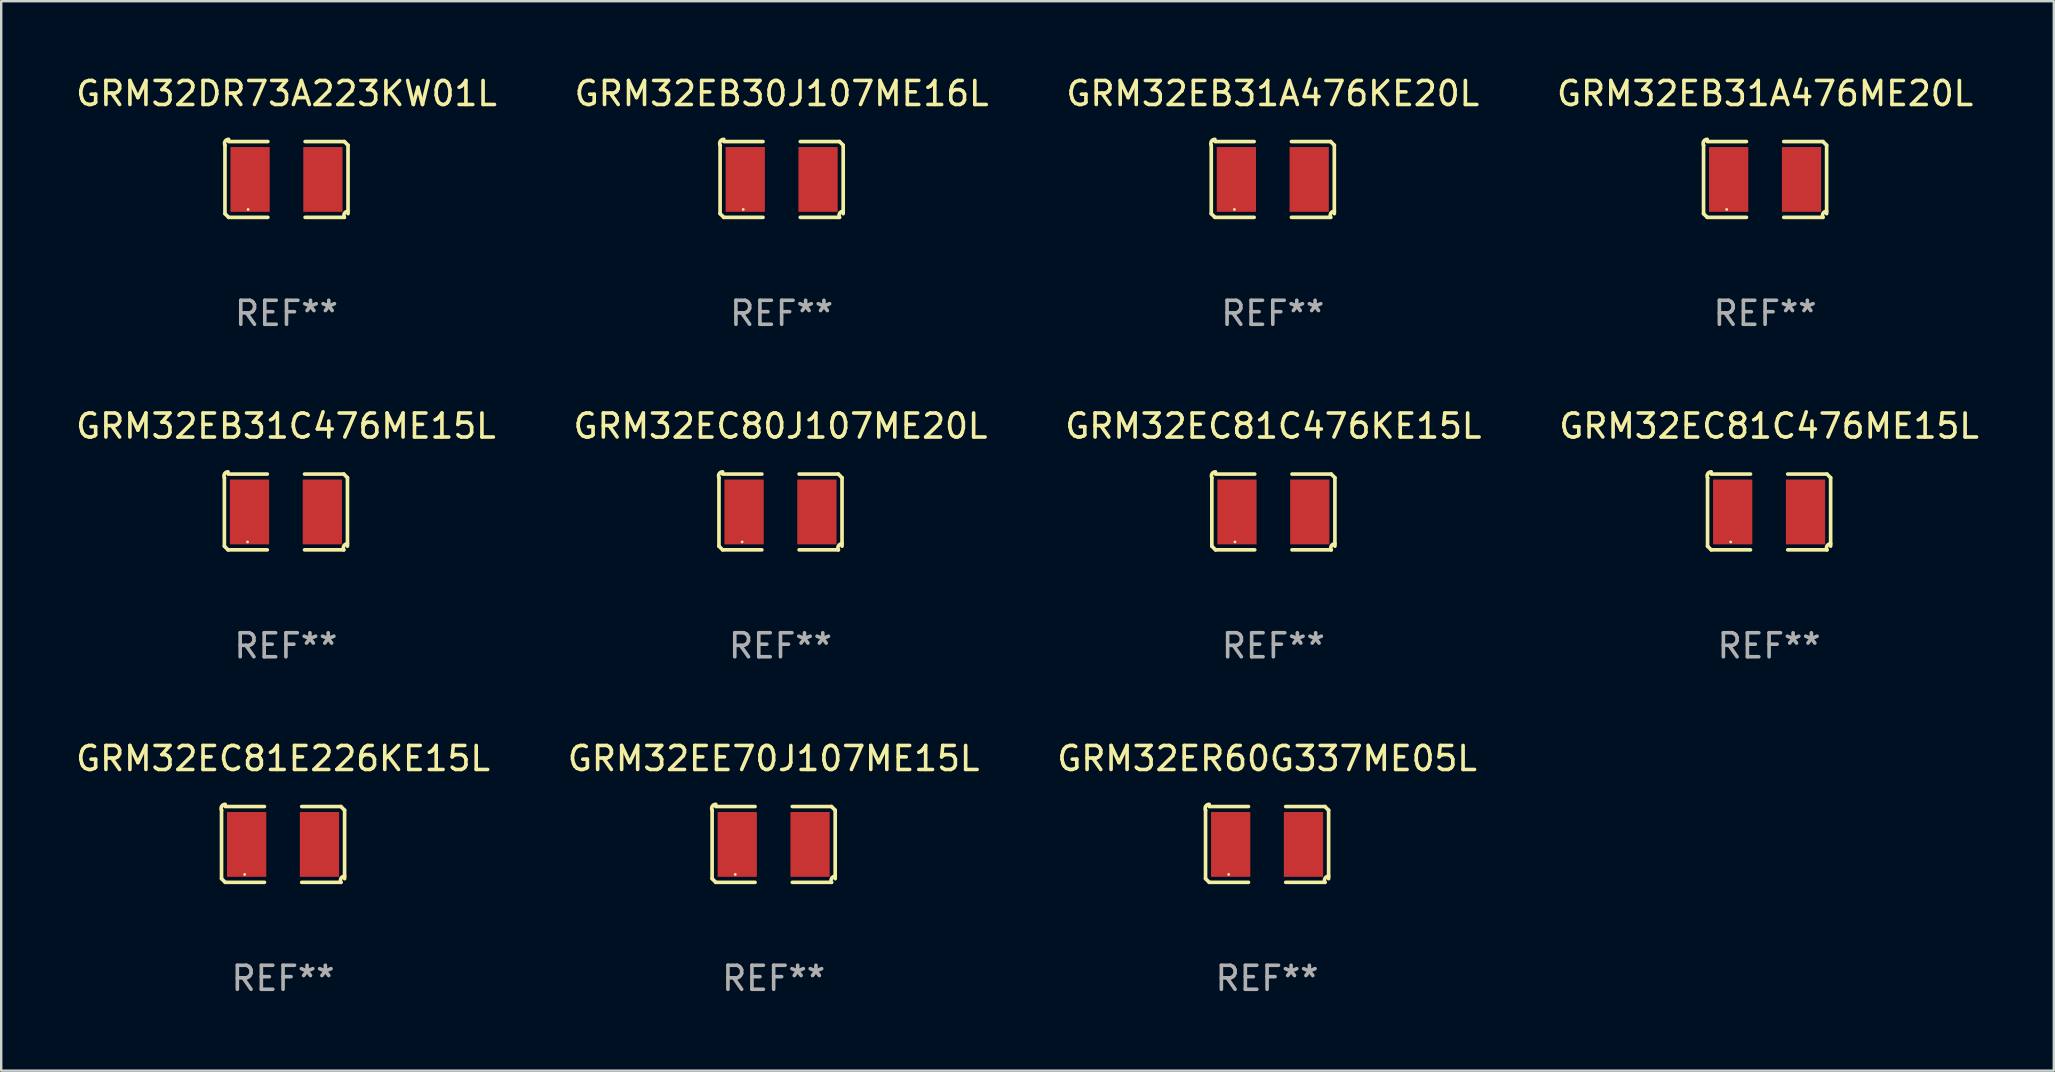
<source format=kicad_pcb>
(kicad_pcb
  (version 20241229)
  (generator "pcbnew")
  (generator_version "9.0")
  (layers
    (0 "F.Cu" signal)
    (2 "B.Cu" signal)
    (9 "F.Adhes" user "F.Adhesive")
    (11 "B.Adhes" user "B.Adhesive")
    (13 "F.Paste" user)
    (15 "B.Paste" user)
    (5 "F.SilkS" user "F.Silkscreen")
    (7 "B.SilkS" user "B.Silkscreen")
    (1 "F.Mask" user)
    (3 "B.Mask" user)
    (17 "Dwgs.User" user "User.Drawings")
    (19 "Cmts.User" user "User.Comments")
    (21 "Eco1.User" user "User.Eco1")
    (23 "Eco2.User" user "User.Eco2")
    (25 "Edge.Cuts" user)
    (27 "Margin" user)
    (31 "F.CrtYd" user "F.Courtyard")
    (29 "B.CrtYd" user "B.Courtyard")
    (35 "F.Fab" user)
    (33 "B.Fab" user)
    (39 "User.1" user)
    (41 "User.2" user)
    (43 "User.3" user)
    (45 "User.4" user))
  (footprint "GRM32EE70J107ME15L"
    (layer "F.Cu")
    (at 29.185 32.134)
    (property "Reference" "GRM32EE70J107ME15L" (at 0 -3.579 0) (layer "F.SilkS") (effects (font (size 1 1) (thickness 0.15))))
    (attr through_hole)
    (fp_line (start -2.564 1.426) (end -2.564 -1.426) (stroke (width 0.152) (type solid)) (layer "F.SilkS"))
    (fp_line (start -2.411 -1.579) (end -0.776 -1.579) (stroke (width 0.152) (type solid)) (layer "F.SilkS"))
    (fp_line (start -0.776 1.579) (end -2.411 1.579) (stroke (width 0.152) (type solid)) (layer "F.SilkS"))
    (fp_line (start 0.776 1.579) (end 2.411 1.579) (stroke (width 0.152) (type solid)) (layer "F.SilkS"))
    (fp_line (start 2.411 -1.579) (end 0.776 -1.579) (stroke (width 0.152) (type solid)) (layer "F.SilkS"))
    (fp_line (start 2.564 1.426) (end 2.564 -1.426) (stroke (width 0.152) (type solid)) (layer "F.SilkS"))
    (fp_arc (start -2.563602 -1.426213) (mid -2.555597 -1.591233) (end -2.411201 -1.671518) (stroke (width 0.1524) (type solid)) (layer "F.SilkS"))
    (fp_arc (start -2.5636 1.426214) (mid -2.487389 1.502402) (end -2.411201 1.578613) (stroke (width 0.1524) (type solid)) (layer "F.SilkS"))
    (fp_arc (start 2.411197 -1.578618) (mid 2.487403 -1.502419) (end 2.563602 -1.426213) (stroke (width 0.1524) (type solid)) (layer "F.SilkS"))
    (fp_arc (start 2.411201 1.578613) (mid 2.416214 1.409455) (end 2.563602 1.32629) (stroke (width 0.1524) (type solid)) (layer "F.SilkS"))
    (fp_circle (center -1.6 1.25) (end -1.57 1.25) (stroke (width 0.06) (type solid)) (fill no) (layer "F.SilkS"))
    (fp_text user "REF**" (at 0 5.579 0) (layer "F.Fab") (effects (font (size 1 1) (thickness 0.15))))
    (pad "1" smd rect (at -1.517 0) (size 1.635 2.7) (layers "F.Cu" "F.Mask" "F.Paste"))
    (pad "2" smd rect (at 1.517 0) (size 1.635 2.7) (layers "F.Cu" "F.Mask" "F.Paste")))
  (footprint "GRM32EB31A476KE20L"
    (layer "F.Cu")
    (at 49.982 4.427)
    (property "Reference" "GRM32EB31A476KE20L" (at 0 -3.579 0) (layer "F.SilkS") (effects (font (size 1 1) (thickness 0.15))))
    (attr through_hole)
    (fp_line (start -2.564 1.426) (end -2.564 -1.426) (stroke (width 0.152) (type solid)) (layer "F.SilkS"))
    (fp_line (start -2.411 -1.579) (end -0.776 -1.579) (stroke (width 0.152) (type solid)) (layer "F.SilkS"))
    (fp_line (start -0.776 1.579) (end -2.411 1.579) (stroke (width 0.152) (type solid)) (layer "F.SilkS"))
    (fp_line (start 0.776 1.579) (end 2.411 1.579) (stroke (width 0.152) (type solid)) (layer "F.SilkS"))
    (fp_line (start 2.411 -1.579) (end 0.776 -1.579) (stroke (width 0.152) (type solid)) (layer "F.SilkS"))
    (fp_line (start 2.564 1.426) (end 2.564 -1.426) (stroke (width 0.152) (type solid)) (layer "F.SilkS"))
    (fp_arc (start -2.563602 -1.426213) (mid -2.555597 -1.591233) (end -2.411201 -1.671518) (stroke (width 0.1524) (type solid)) (layer "F.SilkS"))
    (fp_arc (start -2.5636 1.426214) (mid -2.487389 1.502402) (end -2.411201 1.578613) (stroke (width 0.1524) (type solid)) (layer "F.SilkS"))
    (fp_arc (start 2.411197 -1.578618) (mid 2.487403 -1.502419) (end 2.563602 -1.426213) (stroke (width 0.1524) (type solid)) (layer "F.SilkS"))
    (fp_arc (start 2.411201 1.578613) (mid 2.416214 1.409455) (end 2.563602 1.32629) (stroke (width 0.1524) (type solid)) (layer "F.SilkS"))
    (fp_circle (center -1.6 1.25) (end -1.57 1.25) (stroke (width 0.06) (type solid)) (fill no) (layer "F.SilkS"))
    (fp_text user "REF**" (at 0 5.579 0) (layer "F.Fab") (effects (font (size 1 1) (thickness 0.15))))
    (pad "1" smd rect (at -1.517 0) (size 1.635 2.7) (layers "F.Cu" "F.Mask" "F.Paste"))
    (pad "2" smd rect (at 1.517 0) (size 1.635 2.7) (layers "F.Cu" "F.Mask" "F.Paste")))
  (footprint "GRM32EC81C476KE15L"
    (layer "F.Cu")
    (at 50.006 18.281)
    (property "Reference" "GRM32EC81C476KE15L" (at 0 -3.579 0) (layer "F.SilkS") (effects (font (size 1 1) (thickness 0.15))))
    (attr through_hole)
    (fp_line (start -2.564 1.426) (end -2.564 -1.426) (stroke (width 0.152) (type solid)) (layer "F.SilkS"))
    (fp_line (start -2.411 -1.579) (end -0.776 -1.579) (stroke (width 0.152) (type solid)) (layer "F.SilkS"))
    (fp_line (start -0.776 1.579) (end -2.411 1.579) (stroke (width 0.152) (type solid)) (layer "F.SilkS"))
    (fp_line (start 0.776 1.579) (end 2.411 1.579) (stroke (width 0.152) (type solid)) (layer "F.SilkS"))
    (fp_line (start 2.411 -1.579) (end 0.776 -1.579) (stroke (width 0.152) (type solid)) (layer "F.SilkS"))
    (fp_line (start 2.564 1.426) (end 2.564 -1.426) (stroke (width 0.152) (type solid)) (layer "F.SilkS"))
    (fp_arc (start -2.563602 -1.426213) (mid -2.555597 -1.591233) (end -2.411201 -1.671518) (stroke (width 0.1524) (type solid)) (layer "F.SilkS"))
    (fp_arc (start -2.5636 1.426214) (mid -2.487389 1.502402) (end -2.411201 1.578613) (stroke (width 0.1524) (type solid)) (layer "F.SilkS"))
    (fp_arc (start 2.411197 -1.578618) (mid 2.487403 -1.502419) (end 2.563602 -1.426213) (stroke (width 0.1524) (type solid)) (layer "F.SilkS"))
    (fp_arc (start 2.411201 1.578613) (mid 2.416214 1.409455) (end 2.563602 1.32629) (stroke (width 0.1524) (type solid)) (layer "F.SilkS"))
    (fp_circle (center -1.6 1.25) (end -1.57 1.25) (stroke (width 0.06) (type solid)) (fill no) (layer "F.SilkS"))
    (fp_text user "REF**" (at 0 5.579 0) (layer "F.Fab") (effects (font (size 1 1) (thickness 0.15))))
    (pad "1" smd rect (at -1.517 0) (size 1.635 2.7) (layers "F.Cu" "F.Mask" "F.Paste"))
    (pad "2" smd rect (at 1.517 0) (size 1.635 2.7) (layers "F.Cu" "F.Mask" "F.Paste")))
  (footprint "GRM32EC80J107ME20L"
    (layer "F.Cu")
    (at 29.47 18.281)
    (property "Reference" "GRM32EC80J107ME20L" (at 0 -3.579 0) (layer "F.SilkS") (effects (font (size 1 1) (thickness 0.15))))
    (attr through_hole)
    (fp_line (start -2.564 1.426) (end -2.564 -1.426) (stroke (width 0.152) (type solid)) (layer "F.SilkS"))
    (fp_line (start -2.411 -1.579) (end -0.776 -1.579) (stroke (width 0.152) (type solid)) (layer "F.SilkS"))
    (fp_line (start -0.776 1.579) (end -2.411 1.579) (stroke (width 0.152) (type solid)) (layer "F.SilkS"))
    (fp_line (start 0.776 1.579) (end 2.411 1.579) (stroke (width 0.152) (type solid)) (layer "F.SilkS"))
    (fp_line (start 2.411 -1.579) (end 0.776 -1.579) (stroke (width 0.152) (type solid)) (layer "F.SilkS"))
    (fp_line (start 2.564 1.426) (end 2.564 -1.426) (stroke (width 0.152) (type solid)) (layer "F.SilkS"))
    (fp_arc (start -2.563602 -1.426213) (mid -2.555597 -1.591233) (end -2.411201 -1.671518) (stroke (width 0.1524) (type solid)) (layer "F.SilkS"))
    (fp_arc (start -2.5636 1.426214) (mid -2.487389 1.502402) (end -2.411201 1.578613) (stroke (width 0.1524) (type solid)) (layer "F.SilkS"))
    (fp_arc (start 2.411197 -1.578618) (mid 2.487403 -1.502419) (end 2.563602 -1.426213) (stroke (width 0.1524) (type solid)) (layer "F.SilkS"))
    (fp_arc (start 2.411201 1.578613) (mid 2.416214 1.409455) (end 2.563602 1.32629) (stroke (width 0.1524) (type solid)) (layer "F.SilkS"))
    (fp_circle (center -1.6 1.25) (end -1.57 1.25) (stroke (width 0.06) (type solid)) (fill no) (layer "F.SilkS"))
    (fp_text user "REF**" (at 0 5.579 0) (layer "F.Fab") (effects (font (size 1 1) (thickness 0.15))))
    (pad "1" smd rect (at -1.517 0) (size 1.635 2.7) (layers "F.Cu" "F.Mask" "F.Paste"))
    (pad "2" smd rect (at 1.517 0) (size 1.635 2.7) (layers "F.Cu" "F.Mask" "F.Paste")))
  (footprint "GRM32DR73A223KW01L"
    (layer "F.Cu")
    (at 8.887 4.427)
    (property "Reference" "GRM32DR73A223KW01L" (at 0 -3.579 0) (layer "F.SilkS") (effects (font (size 1 1) (thickness 0.15))))
    (attr through_hole)
    (fp_line (start -2.564 1.426) (end -2.564 -1.426) (stroke (width 0.152) (type solid)) (layer "F.SilkS"))
    (fp_line (start -2.411 -1.579) (end -0.776 -1.579) (stroke (width 0.152) (type solid)) (layer "F.SilkS"))
    (fp_line (start -0.776 1.579) (end -2.411 1.579) (stroke (width 0.152) (type solid)) (layer "F.SilkS"))
    (fp_line (start 0.776 1.579) (end 2.411 1.579) (stroke (width 0.152) (type solid)) (layer "F.SilkS"))
    (fp_line (start 2.411 -1.579) (end 0.776 -1.579) (stroke (width 0.152) (type solid)) (layer "F.SilkS"))
    (fp_line (start 2.564 1.426) (end 2.564 -1.426) (stroke (width 0.152) (type solid)) (layer "F.SilkS"))
    (fp_arc (start -2.563602 -1.426213) (mid -2.555597 -1.591233) (end -2.411201 -1.671518) (stroke (width 0.1524) (type solid)) (layer "F.SilkS"))
    (fp_arc (start -2.5636 1.426214) (mid -2.487389 1.502402) (end -2.411201 1.578613) (stroke (width 0.1524) (type solid)) (layer "F.SilkS"))
    (fp_arc (start 2.411197 -1.578618) (mid 2.487403 -1.502419) (end 2.563602 -1.426213) (stroke (width 0.1524) (type solid)) (layer "F.SilkS"))
    (fp_arc (start 2.411201 1.578613) (mid 2.416214 1.409455) (end 2.563602 1.32629) (stroke (width 0.1524) (type solid)) (layer "F.SilkS"))
    (fp_circle (center -1.6 1.25) (end -1.57 1.25) (stroke (width 0.06) (type solid)) (fill no) (layer "F.SilkS"))
    (fp_text user "REF**" (at 0 5.579 0) (layer "F.Fab") (effects (font (size 1 1) (thickness 0.15))))
    (pad "1" smd rect (at -1.517 0) (size 1.635 2.7) (layers "F.Cu" "F.Mask" "F.Paste"))
    (pad "2" smd rect (at 1.517 0) (size 1.635 2.7) (layers "F.Cu" "F.Mask" "F.Paste")))
  (footprint "GRM32ER60G337ME05L"
    (layer "F.Cu")
    (at 49.744 32.134)
    (property "Reference" "GRM32ER60G337ME05L" (at 0 -3.579 0) (layer "F.SilkS") (effects (font (size 1 1) (thickness 0.15))))
    (attr through_hole)
    (fp_line (start -2.564 1.426) (end -2.564 -1.426) (stroke (width 0.152) (type solid)) (layer "F.SilkS"))
    (fp_line (start -2.411 -1.579) (end -0.776 -1.579) (stroke (width 0.152) (type solid)) (layer "F.SilkS"))
    (fp_line (start -0.776 1.579) (end -2.411 1.579) (stroke (width 0.152) (type solid)) (layer "F.SilkS"))
    (fp_line (start 0.776 1.579) (end 2.411 1.579) (stroke (width 0.152) (type solid)) (layer "F.SilkS"))
    (fp_line (start 2.411 -1.579) (end 0.776 -1.579) (stroke (width 0.152) (type solid)) (layer "F.SilkS"))
    (fp_line (start 2.564 1.426) (end 2.564 -1.426) (stroke (width 0.152) (type solid)) (layer "F.SilkS"))
    (fp_arc (start -2.563602 -1.426213) (mid -2.555597 -1.591233) (end -2.411201 -1.671518) (stroke (width 0.1524) (type solid)) (layer "F.SilkS"))
    (fp_arc (start -2.5636 1.426214) (mid -2.487389 1.502402) (end -2.411201 1.578613) (stroke (width 0.1524) (type solid)) (layer "F.SilkS"))
    (fp_arc (start 2.411197 -1.578618) (mid 2.487403 -1.502419) (end 2.563602 -1.426213) (stroke (width 0.1524) (type solid)) (layer "F.SilkS"))
    (fp_arc (start 2.411201 1.578613) (mid 2.416214 1.409455) (end 2.563602 1.32629) (stroke (width 0.1524) (type solid)) (layer "F.SilkS"))
    (fp_circle (center -1.6 1.25) (end -1.57 1.25) (stroke (width 0.06) (type solid)) (fill no) (layer "F.SilkS"))
    (fp_text user "REF**" (at 0 5.579 0) (layer "F.Fab") (effects (font (size 1 1) (thickness 0.15))))
    (pad "1" smd rect (at -1.517 0) (size 1.635 2.7) (layers "F.Cu" "F.Mask" "F.Paste"))
    (pad "2" smd rect (at 1.517 0) (size 1.635 2.7) (layers "F.Cu" "F.Mask" "F.Paste")))
  (footprint "GRM32EB30J107ME16L"
    (layer "F.Cu")
    (at 29.518 4.427)
    (property "Reference" "GRM32EB30J107ME16L" (at 0 -3.579 0) (layer "F.SilkS") (effects (font (size 1 1) (thickness 0.15))))
    (attr through_hole)
    (fp_line (start -2.564 1.426) (end -2.564 -1.426) (stroke (width 0.152) (type solid)) (layer "F.SilkS"))
    (fp_line (start -2.411 -1.579) (end -0.776 -1.579) (stroke (width 0.152) (type solid)) (layer "F.SilkS"))
    (fp_line (start -0.776 1.579) (end -2.411 1.579) (stroke (width 0.152) (type solid)) (layer "F.SilkS"))
    (fp_line (start 0.776 1.579) (end 2.411 1.579) (stroke (width 0.152) (type solid)) (layer "F.SilkS"))
    (fp_line (start 2.411 -1.579) (end 0.776 -1.579) (stroke (width 0.152) (type solid)) (layer "F.SilkS"))
    (fp_line (start 2.564 1.426) (end 2.564 -1.426) (stroke (width 0.152) (type solid)) (layer "F.SilkS"))
    (fp_arc (start -2.563602 -1.426213) (mid -2.555597 -1.591233) (end -2.411201 -1.671518) (stroke (width 0.1524) (type solid)) (layer "F.SilkS"))
    (fp_arc (start -2.5636 1.426214) (mid -2.487389 1.502402) (end -2.411201 1.578613) (stroke (width 0.1524) (type solid)) (layer "F.SilkS"))
    (fp_arc (start 2.411197 -1.578618) (mid 2.487403 -1.502419) (end 2.563602 -1.426213) (stroke (width 0.1524) (type solid)) (layer "F.SilkS"))
    (fp_arc (start 2.411201 1.578613) (mid 2.416214 1.409455) (end 2.563602 1.32629) (stroke (width 0.1524) (type solid)) (layer "F.SilkS"))
    (fp_circle (center -1.6 1.25) (end -1.57 1.25) (stroke (width 0.06) (type solid)) (fill no) (layer "F.SilkS"))
    (fp_text user "REF**" (at 0 5.579 0) (layer "F.Fab") (effects (font (size 1 1) (thickness 0.15))))
    (pad "1" smd rect (at -1.517 0) (size 1.635 2.7) (layers "F.Cu" "F.Mask" "F.Paste"))
    (pad "2" smd rect (at 1.517 0) (size 1.635 2.7) (layers "F.Cu" "F.Mask" "F.Paste")))
  (footprint "GRM32EB31C476ME15L"
    (layer "F.Cu")
    (at 8.863 18.281)
    (property "Reference" "GRM32EB31C476ME15L" (at 0 -3.579 0) (layer "F.SilkS") (effects (font (size 1 1) (thickness 0.15))))
    (attr through_hole)
    (fp_line (start -2.564 1.426) (end -2.564 -1.426) (stroke (width 0.152) (type solid)) (layer "F.SilkS"))
    (fp_line (start -2.411 -1.579) (end -0.776 -1.579) (stroke (width 0.152) (type solid)) (layer "F.SilkS"))
    (fp_line (start -0.776 1.579) (end -2.411 1.579) (stroke (width 0.152) (type solid)) (layer "F.SilkS"))
    (fp_line (start 0.776 1.579) (end 2.411 1.579) (stroke (width 0.152) (type solid)) (layer "F.SilkS"))
    (fp_line (start 2.411 -1.579) (end 0.776 -1.579) (stroke (width 0.152) (type solid)) (layer "F.SilkS"))
    (fp_line (start 2.564 1.426) (end 2.564 -1.426) (stroke (width 0.152) (type solid)) (layer "F.SilkS"))
    (fp_arc (start -2.563602 -1.426213) (mid -2.555597 -1.591233) (end -2.411201 -1.671518) (stroke (width 0.1524) (type solid)) (layer "F.SilkS"))
    (fp_arc (start -2.5636 1.426214) (mid -2.487389 1.502402) (end -2.411201 1.578613) (stroke (width 0.1524) (type solid)) (layer "F.SilkS"))
    (fp_arc (start 2.411197 -1.578618) (mid 2.487403 -1.502419) (end 2.563602 -1.426213) (stroke (width 0.1524) (type solid)) (layer "F.SilkS"))
    (fp_arc (start 2.411201 1.578613) (mid 2.416214 1.409455) (end 2.563602 1.32629) (stroke (width 0.1524) (type solid)) (layer "F.SilkS"))
    (fp_circle (center -1.6 1.25) (end -1.57 1.25) (stroke (width 0.06) (type solid)) (fill no) (layer "F.SilkS"))
    (fp_text user "REF**" (at 0 5.579 0) (layer "F.Fab") (effects (font (size 1 1) (thickness 0.15))))
    (pad "1" smd rect (at -1.517 0) (size 1.635 2.7) (layers "F.Cu" "F.Mask" "F.Paste"))
    (pad "2" smd rect (at 1.517 0) (size 1.635 2.7) (layers "F.Cu" "F.Mask" "F.Paste")))
  (footprint "GRM32EC81E226KE15L"
    (layer "F.Cu")
    (at 8.744 32.134)
    (property "Reference" "GRM32EC81E226KE15L" (at 0 -3.579 0) (layer "F.SilkS") (effects (font (size 1 1) (thickness 0.15))))
    (attr through_hole)
    (fp_line (start -2.564 1.426) (end -2.564 -1.426) (stroke (width 0.152) (type solid)) (layer "F.SilkS"))
    (fp_line (start -2.411 -1.579) (end -0.776 -1.579) (stroke (width 0.152) (type solid)) (layer "F.SilkS"))
    (fp_line (start -0.776 1.579) (end -2.411 1.579) (stroke (width 0.152) (type solid)) (layer "F.SilkS"))
    (fp_line (start 0.776 1.579) (end 2.411 1.579) (stroke (width 0.152) (type solid)) (layer "F.SilkS"))
    (fp_line (start 2.411 -1.579) (end 0.776 -1.579) (stroke (width 0.152) (type solid)) (layer "F.SilkS"))
    (fp_line (start 2.564 1.426) (end 2.564 -1.426) (stroke (width 0.152) (type solid)) (layer "F.SilkS"))
    (fp_arc (start -2.563602 -1.426213) (mid -2.555597 -1.591233) (end -2.411201 -1.671518) (stroke (width 0.1524) (type solid)) (layer "F.SilkS"))
    (fp_arc (start -2.5636 1.426214) (mid -2.487389 1.502402) (end -2.411201 1.578613) (stroke (width 0.1524) (type solid)) (layer "F.SilkS"))
    (fp_arc (start 2.411197 -1.578618) (mid 2.487403 -1.502419) (end 2.563602 -1.426213) (stroke (width 0.1524) (type solid)) (layer "F.SilkS"))
    (fp_arc (start 2.411201 1.578613) (mid 2.416214 1.409455) (end 2.563602 1.32629) (stroke (width 0.1524) (type solid)) (layer "F.SilkS"))
    (fp_circle (center -1.6 1.25) (end -1.57 1.25) (stroke (width 0.06) (type solid)) (fill no) (layer "F.SilkS"))
    (fp_text user "REF**" (at 0 5.579 0) (layer "F.Fab") (effects (font (size 1 1) (thickness 0.15))))
    (pad "1" smd rect (at -1.517 0) (size 1.635 2.7) (layers "F.Cu" "F.Mask" "F.Paste"))
    (pad "2" smd rect (at 1.517 0) (size 1.635 2.7) (layers "F.Cu" "F.Mask" "F.Paste")))
  (footprint "GRM32EB31A476ME20L"
    (layer "F.Cu")
    (at 70.494 4.427)
    (property "Reference" "GRM32EB31A476ME20L" (at 0 -3.579 0) (layer "F.SilkS") (effects (font (size 1 1) (thickness 0.15))))
    (attr through_hole)
    (fp_line (start -2.564 1.426) (end -2.564 -1.426) (stroke (width 0.152) (type solid)) (layer "F.SilkS"))
    (fp_line (start -2.411 -1.579) (end -0.776 -1.579) (stroke (width 0.152) (type solid)) (layer "F.SilkS"))
    (fp_line (start -0.776 1.579) (end -2.411 1.579) (stroke (width 0.152) (type solid)) (layer "F.SilkS"))
    (fp_line (start 0.776 1.579) (end 2.411 1.579) (stroke (width 0.152) (type solid)) (layer "F.SilkS"))
    (fp_line (start 2.411 -1.579) (end 0.776 -1.579) (stroke (width 0.152) (type solid)) (layer "F.SilkS"))
    (fp_line (start 2.564 1.426) (end 2.564 -1.426) (stroke (width 0.152) (type solid)) (layer "F.SilkS"))
    (fp_arc (start -2.563602 -1.426213) (mid -2.555597 -1.591233) (end -2.411201 -1.671518) (stroke (width 0.1524) (type solid)) (layer "F.SilkS"))
    (fp_arc (start -2.5636 1.426214) (mid -2.487389 1.502402) (end -2.411201 1.578613) (stroke (width 0.1524) (type solid)) (layer "F.SilkS"))
    (fp_arc (start 2.411197 -1.578618) (mid 2.487403 -1.502419) (end 2.563602 -1.426213) (stroke (width 0.1524) (type solid)) (layer "F.SilkS"))
    (fp_arc (start 2.411201 1.578613) (mid 2.416214 1.409455) (end 2.563602 1.32629) (stroke (width 0.1524) (type solid)) (layer "F.SilkS"))
    (fp_circle (center -1.6 1.25) (end -1.57 1.25) (stroke (width 0.06) (type solid)) (fill no) (layer "F.SilkS"))
    (fp_text user "REF**" (at 0 5.579 0) (layer "F.Fab") (effects (font (size 1 1) (thickness 0.15))))
    (pad "1" smd rect (at -1.517 0) (size 1.635 2.7) (layers "F.Cu" "F.Mask" "F.Paste"))
    (pad "2" smd rect (at 1.517 0) (size 1.635 2.7) (layers "F.Cu" "F.Mask" "F.Paste")))
  (footprint "GRM32EC81C476ME15L"
    (layer "F.Cu")
    (at 70.661 18.281)
    (property "Reference" "GRM32EC81C476ME15L" (at 0 -3.579 0) (layer "F.SilkS") (effects (font (size 1 1) (thickness 0.15))))
    (attr through_hole)
    (fp_line (start -2.564 1.426) (end -2.564 -1.426) (stroke (width 0.152) (type solid)) (layer "F.SilkS"))
    (fp_line (start -2.411 -1.579) (end -0.776 -1.579) (stroke (width 0.152) (type solid)) (layer "F.SilkS"))
    (fp_line (start -0.776 1.579) (end -2.411 1.579) (stroke (width 0.152) (type solid)) (layer "F.SilkS"))
    (fp_line (start 0.776 1.579) (end 2.411 1.579) (stroke (width 0.152) (type solid)) (layer "F.SilkS"))
    (fp_line (start 2.411 -1.579) (end 0.776 -1.579) (stroke (width 0.152) (type solid)) (layer "F.SilkS"))
    (fp_line (start 2.564 1.426) (end 2.564 -1.426) (stroke (width 0.152) (type solid)) (layer "F.SilkS"))
    (fp_arc (start -2.563602 -1.426213) (mid -2.555597 -1.591233) (end -2.411201 -1.671518) (stroke (width 0.1524) (type solid)) (layer "F.SilkS"))
    (fp_arc (start -2.5636 1.426214) (mid -2.487389 1.502402) (end -2.411201 1.578613) (stroke (width 0.1524) (type solid)) (layer "F.SilkS"))
    (fp_arc (start 2.411197 -1.578618) (mid 2.487403 -1.502419) (end 2.563602 -1.426213) (stroke (width 0.1524) (type solid)) (layer "F.SilkS"))
    (fp_arc (start 2.411201 1.578613) (mid 2.416214 1.409455) (end 2.563602 1.32629) (stroke (width 0.1524) (type solid)) (layer "F.SilkS"))
    (fp_circle (center -1.6 1.25) (end -1.57 1.25) (stroke (width 0.06) (type solid)) (fill no) (layer "F.SilkS"))
    (fp_text user "REF**" (at 0 5.579 0) (layer "F.Fab") (effects (font (size 1 1) (thickness 0.15))))
    (pad "1" smd rect (at -1.517 0) (size 1.635 2.7) (layers "F.Cu" "F.Mask" "F.Paste"))
    (pad "2" smd rect (at 1.517 0) (size 1.635 2.7) (layers "F.Cu" "F.Mask" "F.Paste")))
  (gr_rect
    (start -3 -3)
    (end 82.524 41.561)
    (stroke (width 0.1) (type default))
    (fill no)
    (layer "Edge.Cuts")))
</source>
